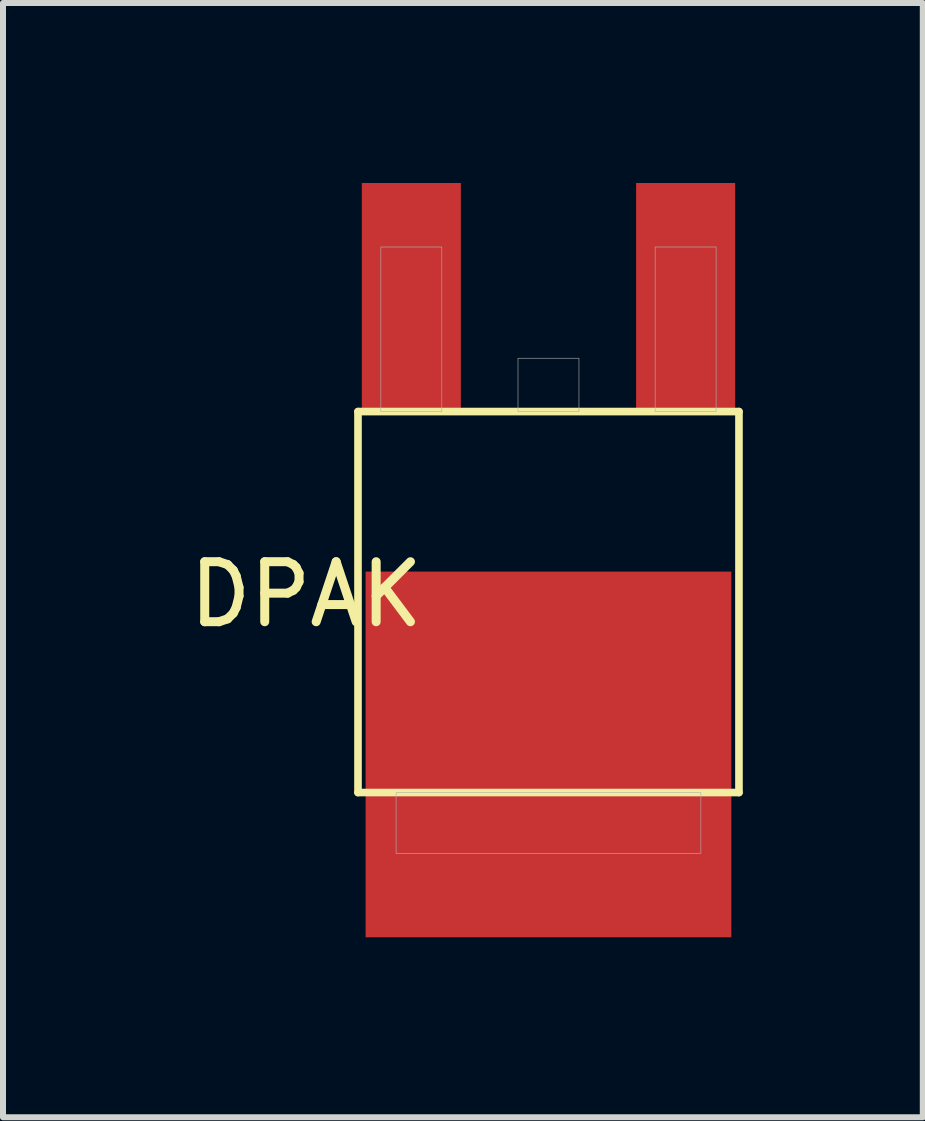
<source format=kicad_pcb>
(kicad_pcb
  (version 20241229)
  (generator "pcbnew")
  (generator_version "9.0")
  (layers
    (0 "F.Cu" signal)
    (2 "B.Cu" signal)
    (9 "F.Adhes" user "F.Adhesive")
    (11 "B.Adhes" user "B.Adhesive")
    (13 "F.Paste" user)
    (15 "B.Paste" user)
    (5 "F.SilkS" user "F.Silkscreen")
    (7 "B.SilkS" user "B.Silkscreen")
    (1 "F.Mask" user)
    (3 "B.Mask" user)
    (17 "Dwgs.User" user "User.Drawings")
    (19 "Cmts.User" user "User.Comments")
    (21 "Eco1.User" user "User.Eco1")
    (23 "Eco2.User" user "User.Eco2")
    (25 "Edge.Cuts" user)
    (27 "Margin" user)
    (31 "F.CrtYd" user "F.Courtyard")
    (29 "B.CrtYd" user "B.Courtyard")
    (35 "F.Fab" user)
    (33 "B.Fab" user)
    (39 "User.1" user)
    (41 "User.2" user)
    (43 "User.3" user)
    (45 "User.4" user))
  (footprint "DPAK"
    (layer "F.Cu")
    (at 6.092 6.985)
    (property "Reference" "DPAK" (at -4.039 -0.127 180) (layer "F.SilkS") (effects (font (size 1 1) (thickness 0.15))))
    (attr smd)
    (fp_line (start -3.175 -3.175) (end 3.175 -3.175) (stroke (width 0.127) (type solid)) (layer "F.SilkS"))
    (fp_line (start -3.175 3.175) (end -3.175 -3.175) (stroke (width 0.127) (type solid)) (layer "F.SilkS"))
    (fp_line (start 3.175 -3.175) (end 3.175 3.175) (stroke (width 0.127) (type solid)) (layer "F.SilkS"))
    (fp_line (start 3.175 3.175) (end -3.175 3.175) (stroke (width 0.127) (type solid)) (layer "F.SilkS"))
    (fp_poly (pts (xy -2.794 -5.918) (xy -1.778 -5.918) (xy -1.778 -3.175) (xy -2.794 -3.175)) (stroke (width 0.01) (type solid)) (fill no) (layer "F.Fab"))
    (fp_poly (pts (xy -2.54 3.175) (xy 2.54 3.175) (xy 2.54 4.191) (xy -2.54 4.191)) (stroke (width 0.01) (type solid)) (fill no) (layer "F.Fab"))
    (fp_poly (pts (xy -0.508 -4.064) (xy 0.508 -4.064) (xy 0.508 -3.175) (xy -0.508 -3.175)) (stroke (width 0.01) (type solid)) (fill no) (layer "F.Fab"))
    (fp_poly (pts (xy 1.778 -5.918) (xy 2.794 -5.918) (xy 2.794 -3.175) (xy 1.778 -3.175)) (stroke (width 0.01) (type solid)) (fill no) (layer "F.Fab"))
    (pad "1" smd rect (at 2.286 -5.08) (size 1.651 3.81) (layers "F.Cu" "F.Mask" "F.Paste"))
    (pad "2" smd rect (at 0 2.54) (size 6.096 6.096) (layers "F.Cu" "F.Mask" "F.Paste"))
    (pad "3" smd rect (at -2.286 -5.08) (size 1.651 3.81) (layers "F.Cu" "F.Mask" "F.Paste")))
  (gr_rect
    (start -3 -3)
    (end 12.331 15.573)
    (stroke (width 0.1) (type default))
    (fill no)
    (layer "Edge.Cuts")))
</source>
